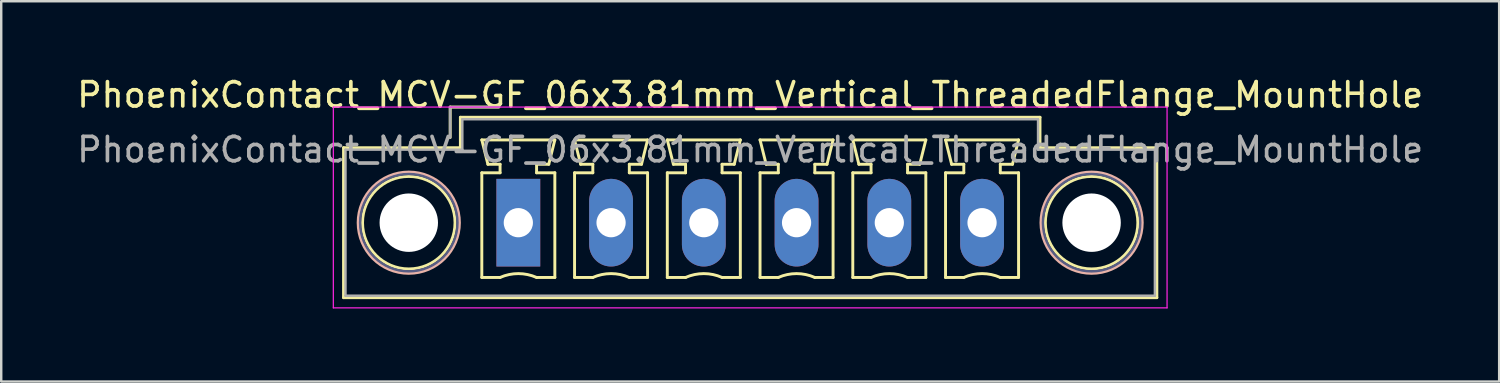
<source format=kicad_pcb>
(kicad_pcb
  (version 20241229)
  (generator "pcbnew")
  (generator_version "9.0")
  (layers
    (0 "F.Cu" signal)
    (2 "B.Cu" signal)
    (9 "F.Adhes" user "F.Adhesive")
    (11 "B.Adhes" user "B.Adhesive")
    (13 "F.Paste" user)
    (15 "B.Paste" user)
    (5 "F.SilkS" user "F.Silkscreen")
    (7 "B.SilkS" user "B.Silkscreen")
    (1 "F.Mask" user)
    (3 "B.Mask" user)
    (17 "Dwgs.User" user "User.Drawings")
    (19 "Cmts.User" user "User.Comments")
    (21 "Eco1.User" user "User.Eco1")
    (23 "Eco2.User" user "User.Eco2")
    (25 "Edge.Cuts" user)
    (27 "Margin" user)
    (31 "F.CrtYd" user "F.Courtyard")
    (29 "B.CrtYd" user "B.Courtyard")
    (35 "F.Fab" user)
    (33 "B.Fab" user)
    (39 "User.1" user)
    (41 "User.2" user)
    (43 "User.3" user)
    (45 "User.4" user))
  (footprint "PhoenixContact_MCV-GF_06x3.81mm_Vertical_ThreadedFlange_MountHole"
    (layer "F.Cu")
    (at 18.243 6.098)
    (property "Reference" "PhoenixContact_MCV-GF_06x3.81mm_Vertical_ThreadedFlange_MountHole" (at 9.525 -5.25 0) (layer "F.SilkS") (effects (font (size 1 1) (thickness 0.15))))
    (attr through_hole)
    (fp_line (start -7.18 -3.08) (end -7.18 3.08) (stroke (width 0.12) (type solid)) (layer "F.SilkS"))
    (fp_line (start -7.18 3.08) (end 26.23 3.08) (stroke (width 0.12) (type solid)) (layer "F.SilkS"))
    (fp_line (start -2.8 -4.75) (end -0.8 -4.75) (stroke (width 0.12) (type solid)) (layer "F.SilkS"))
    (fp_line (start -2.8 -3.5) (end -2.8 -4.75) (stroke (width 0.12) (type solid)) (layer "F.SilkS"))
    (fp_line (start -2.38 -4.33) (end -2.38 -3.08) (stroke (width 0.12) (type solid)) (layer "F.SilkS"))
    (fp_line (start -2.38 -3.08) (end -7.18 -3.08) (stroke (width 0.12) (type solid)) (layer "F.SilkS"))
    (fp_line (start -1.5 -3.4) (end 1.5 -3.4) (stroke (width 0.12) (type solid)) (layer "F.SilkS"))
    (fp_line (start -1.5 -2.05) (end -0.75 -2.05) (stroke (width 0.12) (type solid)) (layer "F.SilkS"))
    (fp_line (start -1.5 2.25) (end -1.5 -2.05) (stroke (width 0.12) (type solid)) (layer "F.SilkS"))
    (fp_line (start -1.25 -2.4) (end -1.5 -3.4) (stroke (width 0.12) (type solid)) (layer "F.SilkS"))
    (fp_line (start -0.75 -2.4) (end -1.25 -2.4) (stroke (width 0.12) (type solid)) (layer "F.SilkS"))
    (fp_line (start -0.75 -2.05) (end -0.75 -2.4) (stroke (width 0.12) (type solid)) (layer "F.SilkS"))
    (fp_line (start -0.75 2.25) (end -1.5 2.25) (stroke (width 0.12) (type solid)) (layer "F.SilkS"))
    (fp_line (start 0.75 -2.4) (end 0.75 -2.05) (stroke (width 0.12) (type solid)) (layer "F.SilkS"))
    (fp_line (start 0.75 -2.05) (end 1.5 -2.05) (stroke (width 0.12) (type solid)) (layer "F.SilkS"))
    (fp_line (start 1.25 -2.4) (end 0.75 -2.4) (stroke (width 0.12) (type solid)) (layer "F.SilkS"))
    (fp_line (start 1.5 -3.4) (end 1.25 -2.4) (stroke (width 0.12) (type solid)) (layer "F.SilkS"))
    (fp_line (start 1.5 -2.05) (end 1.5 2.25) (stroke (width 0.12) (type solid)) (layer "F.SilkS"))
    (fp_line (start 1.5 2.25) (end 0.75 2.25) (stroke (width 0.12) (type solid)) (layer "F.SilkS"))
    (fp_line (start 2.31 -3.4) (end 5.31 -3.4) (stroke (width 0.12) (type solid)) (layer "F.SilkS"))
    (fp_line (start 2.31 -2.05) (end 3.06 -2.05) (stroke (width 0.12) (type solid)) (layer "F.SilkS"))
    (fp_line (start 2.31 2.25) (end 2.31 -2.05) (stroke (width 0.12) (type solid)) (layer "F.SilkS"))
    (fp_line (start 2.56 -2.4) (end 2.31 -3.4) (stroke (width 0.12) (type solid)) (layer "F.SilkS"))
    (fp_line (start 3.06 -2.4) (end 2.56 -2.4) (stroke (width 0.12) (type solid)) (layer "F.SilkS"))
    (fp_line (start 3.06 -2.05) (end 3.06 -2.4) (stroke (width 0.12) (type solid)) (layer "F.SilkS"))
    (fp_line (start 3.06 2.25) (end 2.31 2.25) (stroke (width 0.12) (type solid)) (layer "F.SilkS"))
    (fp_line (start 4.56 -2.4) (end 4.56 -2.05) (stroke (width 0.12) (type solid)) (layer "F.SilkS"))
    (fp_line (start 4.56 -2.05) (end 5.31 -2.05) (stroke (width 0.12) (type solid)) (layer "F.SilkS"))
    (fp_line (start 5.06 -2.4) (end 4.56 -2.4) (stroke (width 0.12) (type solid)) (layer "F.SilkS"))
    (fp_line (start 5.31 -3.4) (end 5.06 -2.4) (stroke (width 0.12) (type solid)) (layer "F.SilkS"))
    (fp_line (start 5.31 -2.05) (end 5.31 2.25) (stroke (width 0.12) (type solid)) (layer "F.SilkS"))
    (fp_line (start 5.31 2.25) (end 4.56 2.25) (stroke (width 0.12) (type solid)) (layer "F.SilkS"))
    (fp_line (start 6.12 -3.4) (end 9.12 -3.4) (stroke (width 0.12) (type solid)) (layer "F.SilkS"))
    (fp_line (start 6.12 -2.05) (end 6.87 -2.05) (stroke (width 0.12) (type solid)) (layer "F.SilkS"))
    (fp_line (start 6.12 2.25) (end 6.12 -2.05) (stroke (width 0.12) (type solid)) (layer "F.SilkS"))
    (fp_line (start 6.37 -2.4) (end 6.12 -3.4) (stroke (width 0.12) (type solid)) (layer "F.SilkS"))
    (fp_line (start 6.87 -2.4) (end 6.37 -2.4) (stroke (width 0.12) (type solid)) (layer "F.SilkS"))
    (fp_line (start 6.87 -2.05) (end 6.87 -2.4) (stroke (width 0.12) (type solid)) (layer "F.SilkS"))
    (fp_line (start 6.87 2.25) (end 6.12 2.25) (stroke (width 0.12) (type solid)) (layer "F.SilkS"))
    (fp_line (start 8.37 -2.4) (end 8.37 -2.05) (stroke (width 0.12) (type solid)) (layer "F.SilkS"))
    (fp_line (start 8.37 -2.05) (end 9.12 -2.05) (stroke (width 0.12) (type solid)) (layer "F.SilkS"))
    (fp_line (start 8.87 -2.4) (end 8.37 -2.4) (stroke (width 0.12) (type solid)) (layer "F.SilkS"))
    (fp_line (start 9.12 -3.4) (end 8.87 -2.4) (stroke (width 0.12) (type solid)) (layer "F.SilkS"))
    (fp_line (start 9.12 -2.05) (end 9.12 2.25) (stroke (width 0.12) (type solid)) (layer "F.SilkS"))
    (fp_line (start 9.12 2.25) (end 8.37 2.25) (stroke (width 0.12) (type solid)) (layer "F.SilkS"))
    (fp_line (start 9.93 -3.4) (end 12.93 -3.4) (stroke (width 0.12) (type solid)) (layer "F.SilkS"))
    (fp_line (start 9.93 -2.05) (end 10.68 -2.05) (stroke (width 0.12) (type solid)) (layer "F.SilkS"))
    (fp_line (start 9.93 2.25) (end 9.93 -2.05) (stroke (width 0.12) (type solid)) (layer "F.SilkS"))
    (fp_line (start 10.18 -2.4) (end 9.93 -3.4) (stroke (width 0.12) (type solid)) (layer "F.SilkS"))
    (fp_line (start 10.68 -2.4) (end 10.18 -2.4) (stroke (width 0.12) (type solid)) (layer "F.SilkS"))
    (fp_line (start 10.68 -2.05) (end 10.68 -2.4) (stroke (width 0.12) (type solid)) (layer "F.SilkS"))
    (fp_line (start 10.68 2.25) (end 9.93 2.25) (stroke (width 0.12) (type solid)) (layer "F.SilkS"))
    (fp_line (start 12.18 -2.4) (end 12.18 -2.05) (stroke (width 0.12) (type solid)) (layer "F.SilkS"))
    (fp_line (start 12.18 -2.05) (end 12.93 -2.05) (stroke (width 0.12) (type solid)) (layer "F.SilkS"))
    (fp_line (start 12.68 -2.4) (end 12.18 -2.4) (stroke (width 0.12) (type solid)) (layer "F.SilkS"))
    (fp_line (start 12.93 -3.4) (end 12.68 -2.4) (stroke (width 0.12) (type solid)) (layer "F.SilkS"))
    (fp_line (start 12.93 -2.05) (end 12.93 2.25) (stroke (width 0.12) (type solid)) (layer "F.SilkS"))
    (fp_line (start 12.93 2.25) (end 12.18 2.25) (stroke (width 0.12) (type solid)) (layer "F.SilkS"))
    (fp_line (start 13.74 -3.4) (end 16.74 -3.4) (stroke (width 0.12) (type solid)) (layer "F.SilkS"))
    (fp_line (start 13.74 -2.05) (end 14.49 -2.05) (stroke (width 0.12) (type solid)) (layer "F.SilkS"))
    (fp_line (start 13.74 2.25) (end 13.74 -2.05) (stroke (width 0.12) (type solid)) (layer "F.SilkS"))
    (fp_line (start 13.99 -2.4) (end 13.74 -3.4) (stroke (width 0.12) (type solid)) (layer "F.SilkS"))
    (fp_line (start 14.49 -2.4) (end 13.99 -2.4) (stroke (width 0.12) (type solid)) (layer "F.SilkS"))
    (fp_line (start 14.49 -2.05) (end 14.49 -2.4) (stroke (width 0.12) (type solid)) (layer "F.SilkS"))
    (fp_line (start 14.49 2.25) (end 13.74 2.25) (stroke (width 0.12) (type solid)) (layer "F.SilkS"))
    (fp_line (start 15.99 -2.4) (end 15.99 -2.05) (stroke (width 0.12) (type solid)) (layer "F.SilkS"))
    (fp_line (start 15.99 -2.05) (end 16.74 -2.05) (stroke (width 0.12) (type solid)) (layer "F.SilkS"))
    (fp_line (start 16.49 -2.4) (end 15.99 -2.4) (stroke (width 0.12) (type solid)) (layer "F.SilkS"))
    (fp_line (start 16.74 -3.4) (end 16.49 -2.4) (stroke (width 0.12) (type solid)) (layer "F.SilkS"))
    (fp_line (start 16.74 -2.05) (end 16.74 2.25) (stroke (width 0.12) (type solid)) (layer "F.SilkS"))
    (fp_line (start 16.74 2.25) (end 15.99 2.25) (stroke (width 0.12) (type solid)) (layer "F.SilkS"))
    (fp_line (start 17.55 -3.4) (end 20.55 -3.4) (stroke (width 0.12) (type solid)) (layer "F.SilkS"))
    (fp_line (start 17.55 -2.05) (end 18.3 -2.05) (stroke (width 0.12) (type solid)) (layer "F.SilkS"))
    (fp_line (start 17.55 2.25) (end 17.55 -2.05) (stroke (width 0.12) (type solid)) (layer "F.SilkS"))
    (fp_line (start 17.8 -2.4) (end 17.55 -3.4) (stroke (width 0.12) (type solid)) (layer "F.SilkS"))
    (fp_line (start 18.3 -2.4) (end 17.8 -2.4) (stroke (width 0.12) (type solid)) (layer "F.SilkS"))
    (fp_line (start 18.3 -2.05) (end 18.3 -2.4) (stroke (width 0.12) (type solid)) (layer "F.SilkS"))
    (fp_line (start 18.3 2.25) (end 17.55 2.25) (stroke (width 0.12) (type solid)) (layer "F.SilkS"))
    (fp_line (start 19.8 -2.4) (end 19.8 -2.05) (stroke (width 0.12) (type solid)) (layer "F.SilkS"))
    (fp_line (start 19.8 -2.05) (end 20.55 -2.05) (stroke (width 0.12) (type solid)) (layer "F.SilkS"))
    (fp_line (start 20.3 -2.4) (end 19.8 -2.4) (stroke (width 0.12) (type solid)) (layer "F.SilkS"))
    (fp_line (start 20.55 -3.4) (end 20.3 -2.4) (stroke (width 0.12) (type solid)) (layer "F.SilkS"))
    (fp_line (start 20.55 -2.05) (end 20.55 2.25) (stroke (width 0.12) (type solid)) (layer "F.SilkS"))
    (fp_line (start 20.55 2.25) (end 19.8 2.25) (stroke (width 0.12) (type solid)) (layer "F.SilkS"))
    (fp_line (start 21.43 -4.33) (end -2.38 -4.33) (stroke (width 0.12) (type solid)) (layer "F.SilkS"))
    (fp_line (start 21.43 -3.08) (end 21.43 -4.33) (stroke (width 0.12) (type solid)) (layer "F.SilkS"))
    (fp_line (start 26.23 -3.08) (end 21.43 -3.08) (stroke (width 0.12) (type solid)) (layer "F.SilkS"))
    (fp_line (start 26.23 3.08) (end 26.23 -3.08) (stroke (width 0.12) (type solid)) (layer "F.SilkS"))
    (fp_arc (start -0.75 2.25) (mid -0.000193 2.09191) (end 0.749647 2.249844) (stroke (width 0.12) (type solid)) (layer "F.SilkS"))
    (fp_arc (start 3.06 2.25) (mid 3.809807 2.09191) (end 4.559647 2.249844) (stroke (width 0.12) (type solid)) (layer "F.SilkS"))
    (fp_arc (start 6.87 2.25) (mid 7.619807 2.09191) (end 8.369647 2.249844) (stroke (width 0.12) (type solid)) (layer "F.SilkS"))
    (fp_arc (start 10.68 2.25) (mid 11.429807 2.09191) (end 12.179647 2.249844) (stroke (width 0.12) (type solid)) (layer "F.SilkS"))
    (fp_arc (start 14.49 2.25) (mid 15.239807 2.09191) (end 15.989647 2.249844) (stroke (width 0.12) (type solid)) (layer "F.SilkS"))
    (fp_arc (start 18.3 2.25) (mid 19.049807 2.09191) (end 19.799647 2.249844) (stroke (width 0.12) (type solid)) (layer "F.SilkS"))
    (fp_circle (center -4.5 0) (end -2.6 0) (stroke (width 0.12) (type solid)) (fill no) (layer "F.SilkS"))
    (fp_circle (center 23.55 0) (end 25.45 0) (stroke (width 0.12) (type solid)) (fill no) (layer "F.SilkS"))
    (fp_circle (center -4.5 0) (end -2.42 0) (stroke (width 0.12) (type solid)) (fill no) (layer "B.SilkS"))
    (fp_circle (center 23.55 0) (end 25.63 0) (stroke (width 0.12) (type solid)) (fill no) (layer "B.SilkS"))
    (fp_line (start -7.6 -4.75) (end -7.6 3.5) (stroke (width 0.05) (type solid)) (layer "F.CrtYd"))
    (fp_line (start -7.6 3.5) (end 26.65 3.5) (stroke (width 0.05) (type solid)) (layer "F.CrtYd"))
    (fp_line (start 26.65 -4.75) (end -7.6 -4.75) (stroke (width 0.05) (type solid)) (layer "F.CrtYd"))
    (fp_line (start 26.65 3.5) (end 26.65 -4.75) (stroke (width 0.05) (type solid)) (layer "F.CrtYd"))
    (fp_circle (center -4.5 0) (end -2.5 0) (stroke (width 0.1) (type solid)) (fill no) (layer "B.Fab"))
    (fp_circle (center 23.55 0) (end 25.55 0) (stroke (width 0.1) (type solid)) (fill no) (layer "B.Fab"))
    (fp_line (start -7.1 -3) (end -7.1 3) (stroke (width 0.1) (type solid)) (layer "F.Fab"))
    (fp_line (start -7.1 3) (end 26.15 3) (stroke (width 0.1) (type solid)) (layer "F.Fab"))
    (fp_line (start -2.8 -4.75) (end -0.8 -4.75) (stroke (width 0.1) (type solid)) (layer "F.Fab"))
    (fp_line (start -2.8 -3.5) (end -2.8 -4.75) (stroke (width 0.1) (type solid)) (layer "F.Fab"))
    (fp_line (start -2.3 -4.25) (end -2.3 -3) (stroke (width 0.1) (type solid)) (layer "F.Fab"))
    (fp_line (start -2.3 -3) (end -7.1 -3) (stroke (width 0.1) (type solid)) (layer "F.Fab"))
    (fp_line (start 21.35 -4.25) (end -2.3 -4.25) (stroke (width 0.1) (type solid)) (layer "F.Fab"))
    (fp_line (start 21.35 -3) (end 21.35 -4.25) (stroke (width 0.1) (type solid)) (layer "F.Fab"))
    (fp_line (start 26.15 -3) (end 21.35 -3) (stroke (width 0.1) (type solid)) (layer "F.Fab"))
    (fp_line (start 26.15 3) (end 26.15 -3) (stroke (width 0.1) (type solid)) (layer "F.Fab"))
    (fp_text user "${REFERENCE}" (at 9.525 -3 0) (layer "F.Fab") (effects (font (size 1 1) (thickness 0.15))))
    (pad "" np_thru_hole circle (at -4.5 0) (size 2.4 2.4) (drill 2.4) (layers "*.Cu" "*.Mask"))
    (pad "" np_thru_hole circle (at 23.55 0) (size 2.4 2.4) (drill 2.4) (layers "*.Cu" "*.Mask"))
    (pad "1" thru_hole rect (at 0 0) (size 1.8 3.6) (drill 1.2) (layers "*.Cu" "*.Mask"))
    (pad "2" thru_hole oval (at 3.81 0) (size 1.8 3.6) (drill 1.2) (layers "*.Cu" "*.Mask"))
    (pad "3" thru_hole oval (at 7.62 0) (size 1.8 3.6) (drill 1.2) (layers "*.Cu" "*.Mask"))
    (pad "4" thru_hole oval (at 11.43 0) (size 1.8 3.6) (drill 1.2) (layers "*.Cu" "*.Mask"))
    (pad "5" thru_hole oval (at 15.24 0) (size 1.8 3.6) (drill 1.2) (layers "*.Cu" "*.Mask"))
    (pad "6" thru_hole oval (at 19.05 0) (size 1.8 3.6) (drill 1.2) (layers "*.Cu" "*.Mask")))
  (gr_rect
    (start -3 -3)
    (end 58.536 12.623)
    (stroke (width 0.1) (type default))
    (fill no)
    (layer "Edge.Cuts")))
</source>
